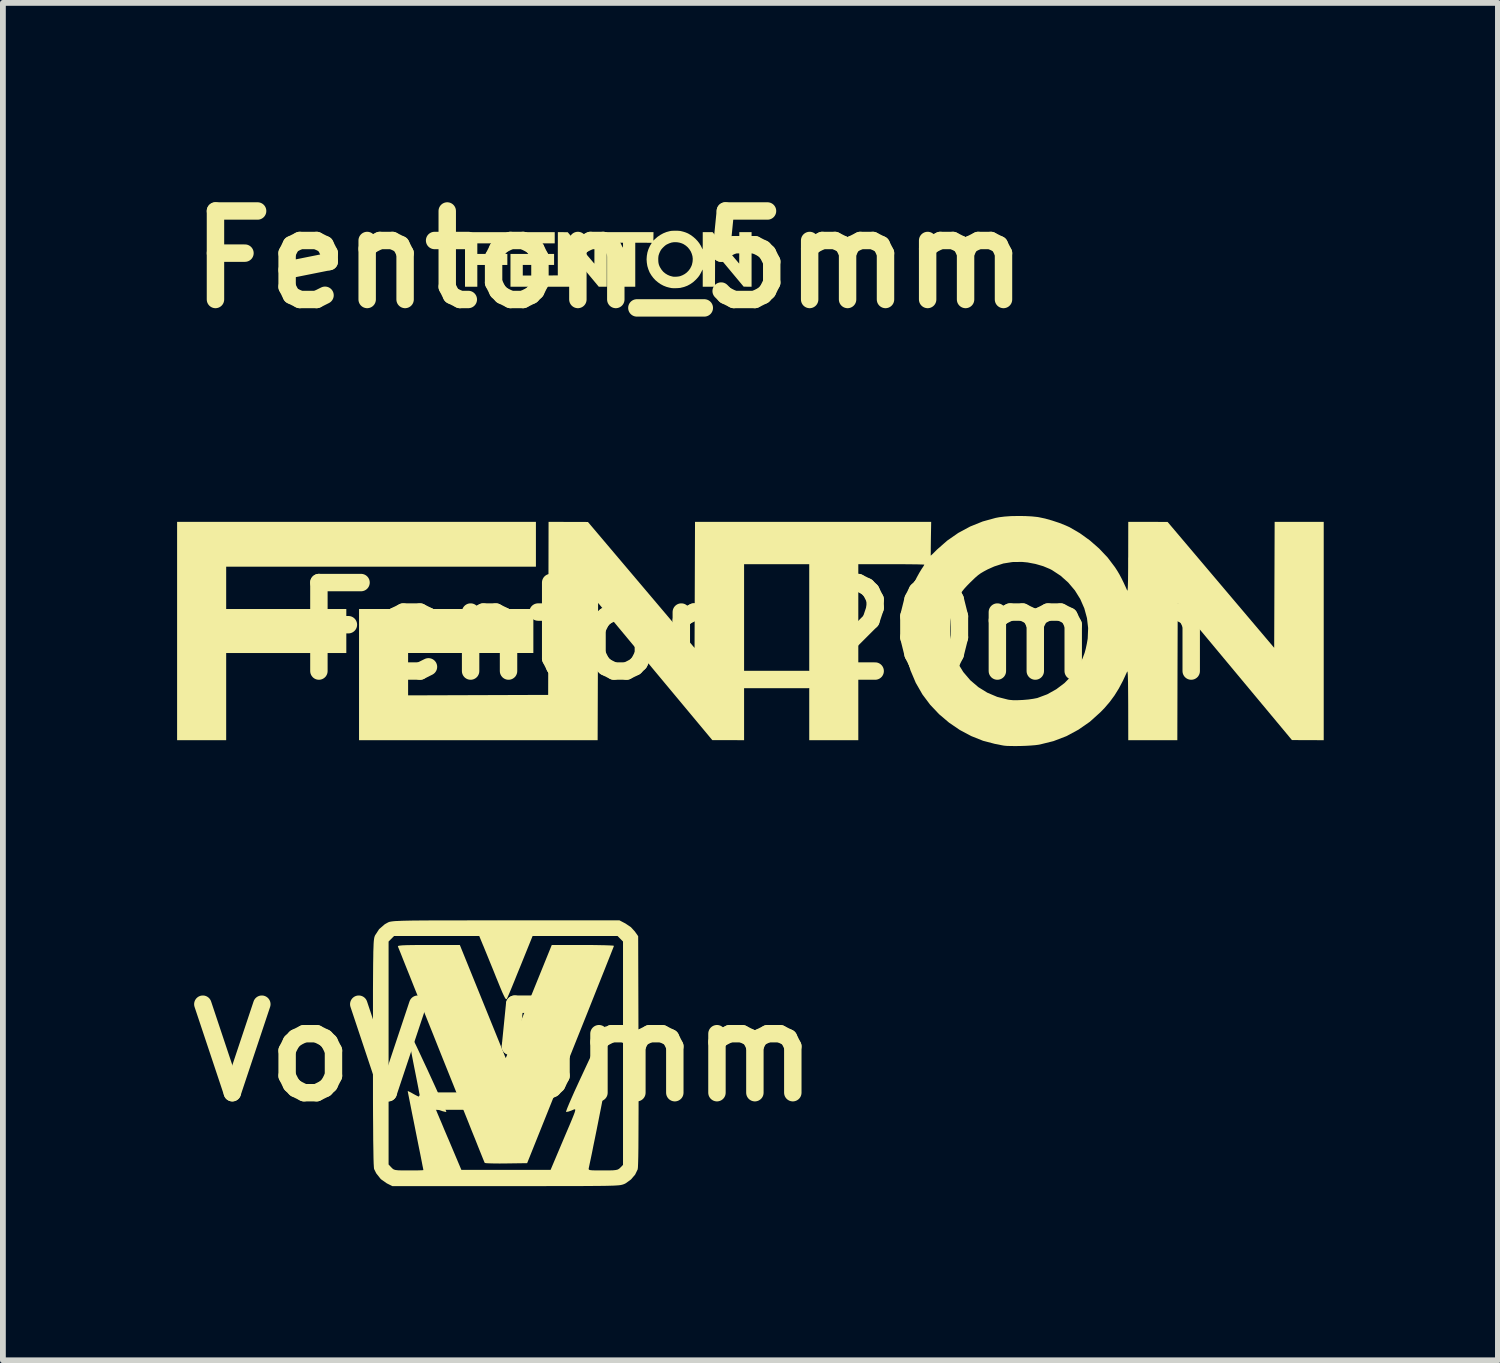
<source format=kicad_pcb>
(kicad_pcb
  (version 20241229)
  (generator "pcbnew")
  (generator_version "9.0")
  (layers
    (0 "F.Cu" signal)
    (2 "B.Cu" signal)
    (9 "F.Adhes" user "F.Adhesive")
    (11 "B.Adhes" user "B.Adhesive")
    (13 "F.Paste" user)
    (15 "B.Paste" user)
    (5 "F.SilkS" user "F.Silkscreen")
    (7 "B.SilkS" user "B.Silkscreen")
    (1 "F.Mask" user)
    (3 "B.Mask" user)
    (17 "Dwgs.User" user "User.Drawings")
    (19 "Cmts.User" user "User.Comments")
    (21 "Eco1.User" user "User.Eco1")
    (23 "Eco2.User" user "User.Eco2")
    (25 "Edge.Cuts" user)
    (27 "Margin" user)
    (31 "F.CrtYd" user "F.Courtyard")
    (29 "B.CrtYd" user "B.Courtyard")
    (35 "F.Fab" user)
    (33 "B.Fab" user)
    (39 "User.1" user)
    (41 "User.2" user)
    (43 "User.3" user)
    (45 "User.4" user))
  (footprint "Fenton_20mm"
    (layer "F.Cu")
    (at 9.953 7.817)
    (property "Reference" "Fenton_20mm" (at 0 0 0) (layer "F.SilkS") (effects (font (size 1.524 1.524) (thickness 0.3))))
    (attr board_only exclude_from_pos_files exclude_from_bom)
    (fp_poly (pts (xy -3.774 -1.108) (xy -9.108 -1.108) (xy -9.108 -0.379) (xy -7.039 -0.379) (xy -7.039 0.379) (xy -9.108 0.379) (xy -9.108 1.88) (xy -9.953 1.88) (xy -9.953 -1.88) (xy -3.774 -1.88)) (stroke (width 0) (type solid)) (fill yes) (layer "F.SilkS"))
    (fp_poly (pts (xy 4.65 -1.98) (xy 4.765 -1.974) (xy 4.862 -1.964) (xy 4.886 -1.96) (xy 4.995 -1.937) (xy 5.115 -1.903) (xy 5.236 -1.863) (xy 5.347 -1.819) (xy 5.416 -1.788) (xy 5.593 -1.685) (xy 5.765 -1.561) (xy 5.926 -1.42) (xy 6.071 -1.267) (xy 6.192 -1.107) (xy 6.198 -1.099) (xy 6.24 -1.034) (xy 6.276 -0.973) (xy 6.31 -0.909) (xy 6.346 -0.836) (xy 6.388 -0.745) (xy 6.408 -0.699) (xy 6.413 -0.697) (xy 6.416 -0.712) (xy 6.419 -0.746) (xy 6.421 -0.801) (xy 6.423 -0.878) (xy 6.424 -0.979) (xy 6.425 -1.105) (xy 6.425 -1.259) (xy 6.426 -1.271) (xy 6.427 -1.88) (xy 7.104 -1.879) (xy 8.022 -0.795) (xy 8.94 0.289) (xy 8.944 -0.796) (xy 8.948 -1.88) (xy 9.793 -1.88) (xy 9.793 1.88) (xy 9.52 1.879) (xy 9.246 1.878) (xy 7.279 -0.483) (xy 7.275 0.698) (xy 7.272 1.88) (xy 6.427 1.88) (xy 6.426 1.271) (xy 6.425 1.116) (xy 6.424 0.987) (xy 6.423 0.885) (xy 6.421 0.806) (xy 6.419 0.75) (xy 6.416 0.715) (xy 6.413 0.698) (xy 6.409 0.699) (xy 6.408 0.699) (xy 6.335 0.857) (xy 6.263 0.992) (xy 6.189 1.111) (xy 6.109 1.22) (xy 6.018 1.326) (xy 5.946 1.4) (xy 5.765 1.563) (xy 5.569 1.699) (xy 5.361 1.811) (xy 5.139 1.896) (xy 4.905 1.954) (xy 4.876 1.959) (xy 4.821 1.966) (xy 4.747 1.972) (xy 4.66 1.977) (xy 4.569 1.98) (xy 4.479 1.981) (xy 4.396 1.98) (xy 4.329 1.978) (xy 4.282 1.973) (xy 4.277 1.972) (xy 4.249 1.967) (xy 4.202 1.957) (xy 4.145 1.946) (xy 4.132 1.944) (xy 3.926 1.89) (xy 3.723 1.809) (xy 3.526 1.704) (xy 3.341 1.578) (xy 3.169 1.432) (xy 3.015 1.269) (xy 2.883 1.093) (xy 2.767 0.891) (xy 2.676 0.676) (xy 2.61 0.453) (xy 2.571 0.223) (xy 2.559 0) (xy 3.36 0) (xy 3.364 0.132) (xy 3.377 0.246) (xy 3.403 0.35) (xy 3.443 0.454) (xy 3.487 0.545) (xy 3.586 0.706) (xy 3.706 0.847) (xy 3.845 0.966) (xy 4 1.062) (xy 4.17 1.134) (xy 4.355 1.181) (xy 4.379 1.185) (xy 4.442 1.191) (xy 4.523 1.191) (xy 4.615 1.187) (xy 4.708 1.179) (xy 4.792 1.167) (xy 4.859 1.154) (xy 4.865 1.152) (xy 5.031 1.09) (xy 5.187 1.003) (xy 5.329 0.896) (xy 5.453 0.769) (xy 5.558 0.628) (xy 5.639 0.474) (xy 5.676 0.375) (xy 5.695 0.305) (xy 5.713 0.221) (xy 5.727 0.14) (xy 5.729 0.124) (xy 5.736 -0.051) (xy 5.716 -0.223) (xy 5.67 -0.391) (xy 5.6 -0.551) (xy 5.508 -0.699) (xy 5.394 -0.834) (xy 5.262 -0.952) (xy 5.113 -1.05) (xy 5.076 -1.069) (xy 4.961 -1.117) (xy 4.83 -1.155) (xy 4.693 -1.181) (xy 4.598 -1.19) (xy 4.433 -1.188) (xy 4.276 -1.163) (xy 4.119 -1.112) (xy 4.007 -1.062) (xy 3.941 -1.027) (xy 3.887 -0.995) (xy 3.84 -0.961) (xy 3.79 -0.918) (xy 3.731 -0.861) (xy 3.708 -0.839) (xy 3.646 -0.776) (xy 3.6 -0.725) (xy 3.564 -0.679) (xy 3.534 -0.631) (xy 3.503 -0.572) (xy 3.486 -0.539) (xy 3.438 -0.435) (xy 3.403 -0.346) (xy 3.38 -0.263) (xy 3.367 -0.175) (xy 3.361 -0.074) (xy 3.36 0) (xy 2.559 0) (xy 2.558 -0.01) (xy 2.572 -0.244) (xy 2.613 -0.474) (xy 2.66 -0.638) (xy 2.693 -0.725) (xy 2.735 -0.822) (xy 2.782 -0.918) (xy 2.83 -1.005) (xy 2.869 -1.069) (xy 2.894 -1.106) (xy 2.911 -1.134) (xy 2.915 -1.143) (xy 2.9 -1.145) (xy 2.86 -1.146) (xy 2.797 -1.148) (xy 2.715 -1.149) (xy 2.615 -1.15) (xy 2.502 -1.151) (xy 2.379 -1.151) (xy 2.346 -1.151) (xy 1.778 -1.151) (xy 1.778 1.88) (xy 0.933 1.88) (xy 0.933 -1.151) (xy -0.189 -1.151) (xy -0.189 1.88) (xy -0.463 1.879) (xy -0.736 1.879) (xy -1.72 0.698) (xy -2.703 -0.484) (xy -2.711 1.88) (xy -6.82 1.88) (xy -6.82 -0.379) (xy -3.818 -0.379) (xy -3.818 0.379) (xy -5.975 0.379) (xy -5.975 1.108) (xy -4.769 1.104) (xy -3.563 1.1) (xy -3.559 -0.39) (xy -3.556 -1.88) (xy -3.217 -1.879) (xy -2.878 -1.878) (xy -1.042 0.291) (xy -1.034 -1.88) (xy 3.033 -1.88) (xy 3.028 -1.588) (xy 3.027 -1.5) (xy 3.026 -1.422) (xy 3.026 -1.36) (xy 3.025 -1.317) (xy 3.026 -1.298) (xy 3.026 -1.297) (xy 3.036 -1.307) (xy 3.063 -1.332) (xy 3.101 -1.37) (xy 3.135 -1.404) (xy 3.308 -1.556) (xy 3.499 -1.689) (xy 3.705 -1.8) (xy 3.921 -1.887) (xy 4.143 -1.948) (xy 4.206 -1.96) (xy 4.297 -1.971) (xy 4.407 -1.979) (xy 4.528 -1.981)) (stroke (width 0) (type solid)) (fill yes) (layer "F.SilkS")))
  (footprint "Fenton_5mm"
    (layer "F.Cu")
    (at 7.446 1.418)
    (property "Reference" "Fenton_5mm" (at 0 0 0) (layer "F.SilkS") (effects (font (size 1.524 1.524) (thickness 0.3))))
    (attr board_only exclude_from_pos_files exclude_from_bom)
    (fp_poly (pts (xy -0.943 -0.277) (xy -2.276 -0.277) (xy -2.276 -0.095) (xy -1.759 -0.095) (xy -1.759 0.095) (xy -2.276 0.095) (xy -2.276 0.47) (xy -2.488 0.47) (xy -2.488 -0.47) (xy -0.943 -0.47)) (stroke (width 0) (type solid)) (fill yes) (layer "F.SilkS"))
    (fp_poly (pts (xy 1.162 -0.495) (xy 1.191 -0.493) (xy 1.215 -0.491) (xy 1.221 -0.49) (xy 1.248 -0.484) (xy 1.278 -0.476) (xy 1.309 -0.466) (xy 1.336 -0.455) (xy 1.354 -0.447) (xy 1.398 -0.421) (xy 1.441 -0.39) (xy 1.481 -0.355) (xy 1.517 -0.317) (xy 1.548 -0.277) (xy 1.549 -0.275) (xy 1.559 -0.258) (xy 1.569 -0.243) (xy 1.577 -0.227) (xy 1.586 -0.209) (xy 1.597 -0.186) (xy 1.602 -0.175) (xy 1.603 -0.174) (xy 1.604 -0.178) (xy 1.604 -0.187) (xy 1.605 -0.2) (xy 1.605 -0.219) (xy 1.606 -0.245) (xy 1.606 -0.276) (xy 1.606 -0.315) (xy 1.606 -0.318) (xy 1.606 -0.47) (xy 1.691 -0.47) (xy 1.776 -0.47) (xy 2.234 0.072) (xy 2.235 -0.199) (xy 2.236 -0.47) (xy 2.447 -0.47) (xy 2.447 0.47) (xy 2.311 0.469) (xy 1.819 -0.121) (xy 1.817 0.47) (xy 1.606 0.47) (xy 1.606 0.318) (xy 1.606 0.279) (xy 1.606 0.247) (xy 1.605 0.221) (xy 1.605 0.202) (xy 1.604 0.187) (xy 1.604 0.179) (xy 1.603 0.174) (xy 1.602 0.175) (xy 1.602 0.175) (xy 1.583 0.214) (xy 1.565 0.248) (xy 1.547 0.278) (xy 1.527 0.305) (xy 1.504 0.331) (xy 1.486 0.35) (xy 1.441 0.391) (xy 1.392 0.425) (xy 1.34 0.453) (xy 1.284 0.474) (xy 1.226 0.488) (xy 1.219 0.49) (xy 1.205 0.491) (xy 1.186 0.493) (xy 1.165 0.494) (xy 1.142 0.495) (xy 1.119 0.495) (xy 1.099 0.495) (xy 1.082 0.494) (xy 1.07 0.493) (xy 1.069 0.493) (xy 1.062 0.492) (xy 1.05 0.489) (xy 1.036 0.486) (xy 1.033 0.486) (xy 0.981 0.472) (xy 0.93 0.452) (xy 0.881 0.426) (xy 0.835 0.394) (xy 0.792 0.358) (xy 0.754 0.317) (xy 0.721 0.273) (xy 0.691 0.223) (xy 0.669 0.169) (xy 0.652 0.113) (xy 0.643 0.056) (xy 0.639 0) (xy 0.84 0) (xy 0.841 0.033) (xy 0.844 0.061) (xy 0.85 0.087) (xy 0.86 0.114) (xy 0.871 0.136) (xy 0.896 0.176) (xy 0.926 0.212) (xy 0.961 0.241) (xy 1 0.265) (xy 1.042 0.283) (xy 1.088 0.295) (xy 1.094 0.296) (xy 1.11 0.298) (xy 1.131 0.298) (xy 1.153 0.297) (xy 1.177 0.295) (xy 1.198 0.292) (xy 1.214 0.288) (xy 1.216 0.288) (xy 1.257 0.272) (xy 1.296 0.251) (xy 1.332 0.224) (xy 1.363 0.192) (xy 1.389 0.157) (xy 1.409 0.118) (xy 1.419 0.094) (xy 1.423 0.076) (xy 1.428 0.055) (xy 1.431 0.035) (xy 1.432 0.031) (xy 1.434 -0.013) (xy 1.429 -0.056) (xy 1.417 -0.098) (xy 1.4 -0.138) (xy 1.376 -0.175) (xy 1.348 -0.209) (xy 1.315 -0.238) (xy 1.278 -0.262) (xy 1.269 -0.267) (xy 1.24 -0.279) (xy 1.207 -0.289) (xy 1.173 -0.295) (xy 1.149 -0.297) (xy 1.108 -0.297) (xy 1.069 -0.291) (xy 1.03 -0.278) (xy 1.002 -0.265) (xy 0.985 -0.257) (xy 0.972 -0.249) (xy 0.96 -0.24) (xy 0.947 -0.229) (xy 0.932 -0.215) (xy 0.927 -0.21) (xy 0.911 -0.194) (xy 0.9 -0.181) (xy 0.891 -0.17) (xy 0.883 -0.158) (xy 0.875 -0.143) (xy 0.871 -0.135) (xy 0.859 -0.109) (xy 0.851 -0.086) (xy 0.845 -0.066) (xy 0.842 -0.044) (xy 0.84 -0.019) (xy 0.84 0) (xy 0.639 0) (xy 0.639 -0.003) (xy 0.643 -0.061) (xy 0.653 -0.119) (xy 0.665 -0.159) (xy 0.673 -0.181) (xy 0.684 -0.205) (xy 0.695 -0.229) (xy 0.707 -0.251) (xy 0.717 -0.267) (xy 0.723 -0.277) (xy 0.727 -0.283) (xy 0.728 -0.286) (xy 0.725 -0.286) (xy 0.715 -0.287) (xy 0.699 -0.287) (xy 0.678 -0.287) (xy 0.654 -0.287) (xy 0.625 -0.288) (xy 0.595 -0.288) (xy 0.586 -0.288) (xy 0.444 -0.288) (xy 0.444 0.47) (xy 0.233 0.47) (xy 0.233 -0.288) (xy -0.047 -0.288) (xy -0.047 0.47) (xy -0.184 0.47) (xy -0.676 -0.121) (xy -0.677 0.47) (xy -1.705 0.47) (xy -1.705 -0.095) (xy -0.954 -0.095) (xy -0.954 0.095) (xy -1.493 0.095) (xy -1.493 0.277) (xy -1.192 0.276) (xy -0.89 0.275) (xy -0.89 -0.097) (xy -0.889 -0.47) (xy -0.804 -0.47) (xy -0.719 -0.469) (xy -0.49 -0.198) (xy -0.26 0.073) (xy -0.259 -0.198) (xy -0.259 -0.47) (xy 0.758 -0.47) (xy 0.757 -0.397) (xy 0.757 -0.375) (xy 0.756 -0.355) (xy 0.756 -0.34) (xy 0.756 -0.329) (xy 0.756 -0.324) (xy 0.756 -0.324) (xy 0.759 -0.327) (xy 0.766 -0.333) (xy 0.775 -0.343) (xy 0.784 -0.351) (xy 0.827 -0.389) (xy 0.875 -0.422) (xy 0.926 -0.45) (xy 0.98 -0.472) (xy 1.036 -0.487) (xy 1.051 -0.49) (xy 1.074 -0.493) (xy 1.102 -0.494) (xy 1.132 -0.495)) (stroke (width 0) (type solid)) (fill yes) (layer "F.SilkS")))
  (footprint "VoV_5mm"
    (layer "F.Cu")
    (at 5.632 15.078)
    (property "Reference" "VoV_5mm" (at 0 0 0) (layer "F.SilkS") (effects (font (size 1.524 1.524) (thickness 0.3))))
    (attr board_only exclude_from_pos_files exclude_from_bom)
    (fp_poly (pts (xy 1.496 -1.854) (xy 1.621 -1.852) (xy 1.729 -1.85) (xy 1.813 -1.847) (xy 1.868 -1.844) (xy 1.891 -1.84) (xy 1.891 -1.84) (xy 1.884 -1.82) (xy 1.863 -1.767) (xy 1.83 -1.683) (xy 1.785 -1.57) (xy 1.73 -1.431) (xy 1.665 -1.268) (xy 1.591 -1.083) (xy 1.51 -0.879) (xy 1.422 -0.658) (xy 1.328 -0.423) (xy 1.229 -0.176) (xy 1.143 0.039) (xy 0.396 1.903) (xy 0.035 1.908) (xy -0.079 1.909) (xy -0.179 1.908) (xy -0.259 1.906) (xy -0.313 1.903) (xy -0.335 1.898) (xy -0.335 1.898) (xy -0.343 1.879) (xy -0.364 1.828) (xy -0.397 1.746) (xy -0.441 1.637) (xy -0.494 1.503) (xy -0.557 1.348) (xy -0.626 1.174) (xy -0.702 0.985) (xy -0.784 0.783) (xy -0.869 0.57) (xy -0.957 0.351) (xy -1.047 0.127) (xy -1.137 -0.098) (xy -1.226 -0.322) (xy -1.314 -0.541) (xy -1.399 -0.753) (xy -1.48 -0.955) (xy -1.556 -1.144) (xy -1.625 -1.318) (xy -1.687 -1.472) (xy -1.74 -1.605) (xy -1.783 -1.714) (xy -1.816 -1.795) (xy -1.83 -1.83) (xy -1.825 -1.838) (xy -1.801 -1.843) (xy -1.756 -1.848) (xy -1.686 -1.851) (xy -1.586 -1.853) (xy -1.455 -1.854) (xy -1.301 -1.854) (xy -0.763 -1.854) (xy -0.368 -0.88) (xy 0.027 0.094) (xy 0.058 0.023) (xy 0.071 -0.009) (xy 0.097 -0.072) (xy 0.135 -0.165) (xy 0.182 -0.281) (xy 0.238 -0.419) (xy 0.301 -0.573) (xy 0.369 -0.741) (xy 0.441 -0.919) (xy 0.454 -0.951) (xy 0.82 -1.854) (xy 1.356 -1.854)) (stroke (width 0) (type solid)) (fill yes) (layer "F.SilkS"))
    (fp_poly (pts (xy 2.088 -2.225) (xy 2.182 -2.162) (xy 2.25 -2.088) (xy 2.308 -2.006) (xy 2.314 -0.032) (xy 2.315 0.338) (xy 2.315 0.671) (xy 2.315 0.968) (xy 2.314 1.229) (xy 2.313 1.453) (xy 2.312 1.639) (xy 2.31 1.788) (xy 2.307 1.9) (xy 2.304 1.973) (xy 2.3 2.008) (xy 2.3 2.009) (xy 2.256 2.1) (xy 2.184 2.184) (xy 2.096 2.248) (xy 2.077 2.258) (xy 2.063 2.264) (xy 2.047 2.27) (xy 2.029 2.275) (xy 2.006 2.28) (xy 1.975 2.284) (xy 1.934 2.287) (xy 1.881 2.29) (xy 1.813 2.292) (xy 1.729 2.294) (xy 1.625 2.295) (xy 1.5 2.296) (xy 1.351 2.297) (xy 1.176 2.298) (xy 0.973 2.298) (xy 0.739 2.298) (xy 0.472 2.299) (xy 0.169 2.299) (xy -1.924 2.299) (xy -2.022 2.25) (xy -2.124 2.178) (xy -2.203 2.078) (xy -2.24 2.003) (xy -2.243 1.975) (xy -2.246 1.926) (xy -1.99 1.926) (xy -1.942 1.977) (xy -1.921 1.998) (xy -1.9 2.012) (xy -1.87 2.021) (xy -1.825 2.026) (xy -1.757 2.028) (xy -1.659 2.028) (xy -1.643 2.028) (xy -1.549 2.028) (xy -1.471 2.027) (xy -1.416 2.025) (xy -1.391 2.023) (xy -1.391 2.023) (xy -1.394 2.003) (xy -1.405 1.95) (xy -1.421 1.867) (xy -1.442 1.76) (xy -1.468 1.632) (xy -1.497 1.487) (xy -1.526 1.342) (xy -1.557 1.186) (xy -1.586 1.043) (xy -1.611 0.916) (xy -1.632 0.81) (xy -1.648 0.729) (xy -1.658 0.678) (xy -1.661 0.661) (xy -1.646 0.666) (xy -1.606 0.686) (xy -1.555 0.715) (xy -1.5 0.744) (xy -1.462 0.762) (xy -1.449 0.764) (xy -1.452 0.744) (xy -1.463 0.689) (xy -1.478 0.607) (xy -1.499 0.5) (xy -1.524 0.374) (xy -1.552 0.233) (xy -1.566 0.162) (xy -1.594 0.016) (xy -1.62 -0.118) (xy -1.642 -0.235) (xy -1.659 -0.331) (xy -1.671 -0.4) (xy -1.676 -0.439) (xy -1.677 -0.445) (xy -1.668 -0.432) (xy -1.644 -0.387) (xy -1.608 -0.314) (xy -1.561 -0.216) (xy -1.504 -0.098) (xy -1.44 0.039) (xy -1.37 0.189) (xy -1.329 0.276) (xy -1.257 0.433) (xy -1.19 0.579) (xy -1.13 0.711) (xy -1.079 0.824) (xy -1.039 0.914) (xy -1.011 0.979) (xy -0.997 1.015) (xy -0.995 1.021) (xy -1.016 1.019) (xy -1.061 1.008) (xy -1.09 0.998) (xy -1.141 0.981) (xy -1.173 0.972) (xy -1.178 0.972) (xy -1.171 0.99) (xy -1.151 1.039) (xy -1.119 1.115) (xy -1.077 1.213) (xy -1.029 1.329) (xy -0.974 1.458) (xy -0.957 1.497) (xy -0.737 2.018) (xy 0.8 2.018) (xy 1.008 1.526) (xy 1.075 1.368) (xy 1.129 1.242) (xy 1.169 1.146) (xy 1.198 1.074) (xy 1.216 1.025) (xy 1.224 0.994) (xy 1.224 0.979) (xy 1.215 0.975) (xy 1.2 0.979) (xy 1.179 0.988) (xy 1.161 0.996) (xy 1.11 1.014) (xy 1.073 1.021) (xy 1.066 1.021) (xy 1.07 1.002) (xy 1.088 0.953) (xy 1.119 0.878) (xy 1.161 0.781) (xy 1.212 0.666) (xy 1.271 0.538) (xy 1.292 0.492) (xy 1.36 0.346) (xy 1.428 0.2) (xy 1.493 0.061) (xy 1.551 -0.065) (xy 1.6 -0.17) (xy 1.636 -0.248) (xy 1.637 -0.25) (xy 1.676 -0.333) (xy 1.71 -0.399) (xy 1.734 -0.445) (xy 1.746 -0.462) (xy 1.747 -0.462) (xy 1.744 -0.442) (xy 1.736 -0.39) (xy 1.722 -0.312) (xy 1.703 -0.211) (xy 1.681 -0.096) (xy 1.657 0.031) (xy 1.631 0.162) (xy 1.606 0.292) (xy 1.581 0.417) (xy 1.559 0.529) (xy 1.539 0.625) (xy 1.523 0.697) (xy 1.516 0.732) (xy 1.511 0.756) (xy 1.517 0.764) (xy 1.54 0.756) (xy 1.587 0.731) (xy 1.612 0.717) (xy 1.674 0.685) (xy 1.711 0.675) (xy 1.719 0.681) (xy 1.715 0.704) (xy 1.705 0.759) (xy 1.689 0.841) (xy 1.669 0.945) (xy 1.645 1.065) (xy 1.619 1.197) (xy 1.592 1.333) (xy 1.564 1.471) (xy 1.537 1.602) (xy 1.513 1.724) (xy 1.491 1.829) (xy 1.473 1.913) (xy 1.461 1.971) (xy 1.458 1.985) (xy 1.455 2.002) (xy 1.459 2.014) (xy 1.477 2.022) (xy 1.515 2.026) (xy 1.578 2.028) (xy 1.672 2.028) (xy 1.7 2.028) (xy 1.804 2.028) (xy 1.876 2.026) (xy 1.924 2.021) (xy 1.956 2.013) (xy 1.979 2) (xy 2 1.981) (xy 2.047 1.933) (xy 2.047 -1.914) (xy 1.953 -2.009) (xy 0.49 -2.009) (xy 0.281 -1.492) (xy 0.226 -1.358) (xy 0.176 -1.233) (xy 0.131 -1.123) (xy 0.094 -1.034) (xy 0.066 -0.969) (xy 0.051 -0.934) (xy 0.05 -0.932) (xy 0.042 -0.921) (xy 0.031 -0.922) (xy 0.017 -0.939) (xy -0.002 -0.975) (xy -0.03 -1.035) (xy -0.067 -1.123) (xy -0.115 -1.241) (xy -0.135 -1.289) (xy -0.186 -1.417) (xy -0.238 -1.544) (xy -0.286 -1.662) (xy -0.327 -1.762) (xy -0.357 -1.836) (xy -0.363 -1.849) (xy -0.429 -2.009) (xy -1.895 -2.009) (xy -1.99 -1.914) (xy -1.99 1.926) (xy -2.246 1.926) (xy -2.247 1.911) (xy -2.25 1.813) (xy -2.252 1.678) (xy -2.255 1.507) (xy -2.256 1.3) (xy -2.258 1.056) (xy -2.259 0.774) (xy -2.259 0.454) (xy -2.26 0.097) (xy -2.26 0.004) (xy -2.259 -0.314) (xy -2.259 -0.595) (xy -2.259 -0.843) (xy -2.259 -1.058) (xy -2.258 -1.244) (xy -2.257 -1.404) (xy -2.256 -1.538) (xy -2.254 -1.65) (xy -2.253 -1.741) (xy -2.25 -1.815) (xy -2.248 -1.874) (xy -2.245 -1.919) (xy -2.241 -1.953) (xy -2.237 -1.978) (xy -2.232 -1.997) (xy -2.226 -2.012) (xy -2.224 -2.018) (xy -2.153 -2.127) (xy -2.055 -2.212) (xy -1.999 -2.243) (xy -1.985 -2.249) (xy -1.968 -2.254) (xy -1.946 -2.258) (xy -1.916 -2.262) (xy -1.876 -2.266) (xy -1.824 -2.268) (xy -1.758 -2.271) (xy -1.674 -2.273) (xy -1.572 -2.275) (xy -1.448 -2.276) (xy -1.301 -2.277) (xy -1.127 -2.278) (xy -0.925 -2.278) (xy -0.693 -2.278) (xy -0.428 -2.279) (xy -0.127 -2.279) (xy 0.032 -2.279) (xy 1.985 -2.279)) (stroke (width 0) (type solid)) (fill yes) (layer "F.SilkS")))
  (gr_rect
    (start -3 -3)
    (end 22.746 20.376)
    (stroke (width 0.1) (type default))
    (fill no)
    (layer "Edge.Cuts")))
</source>
